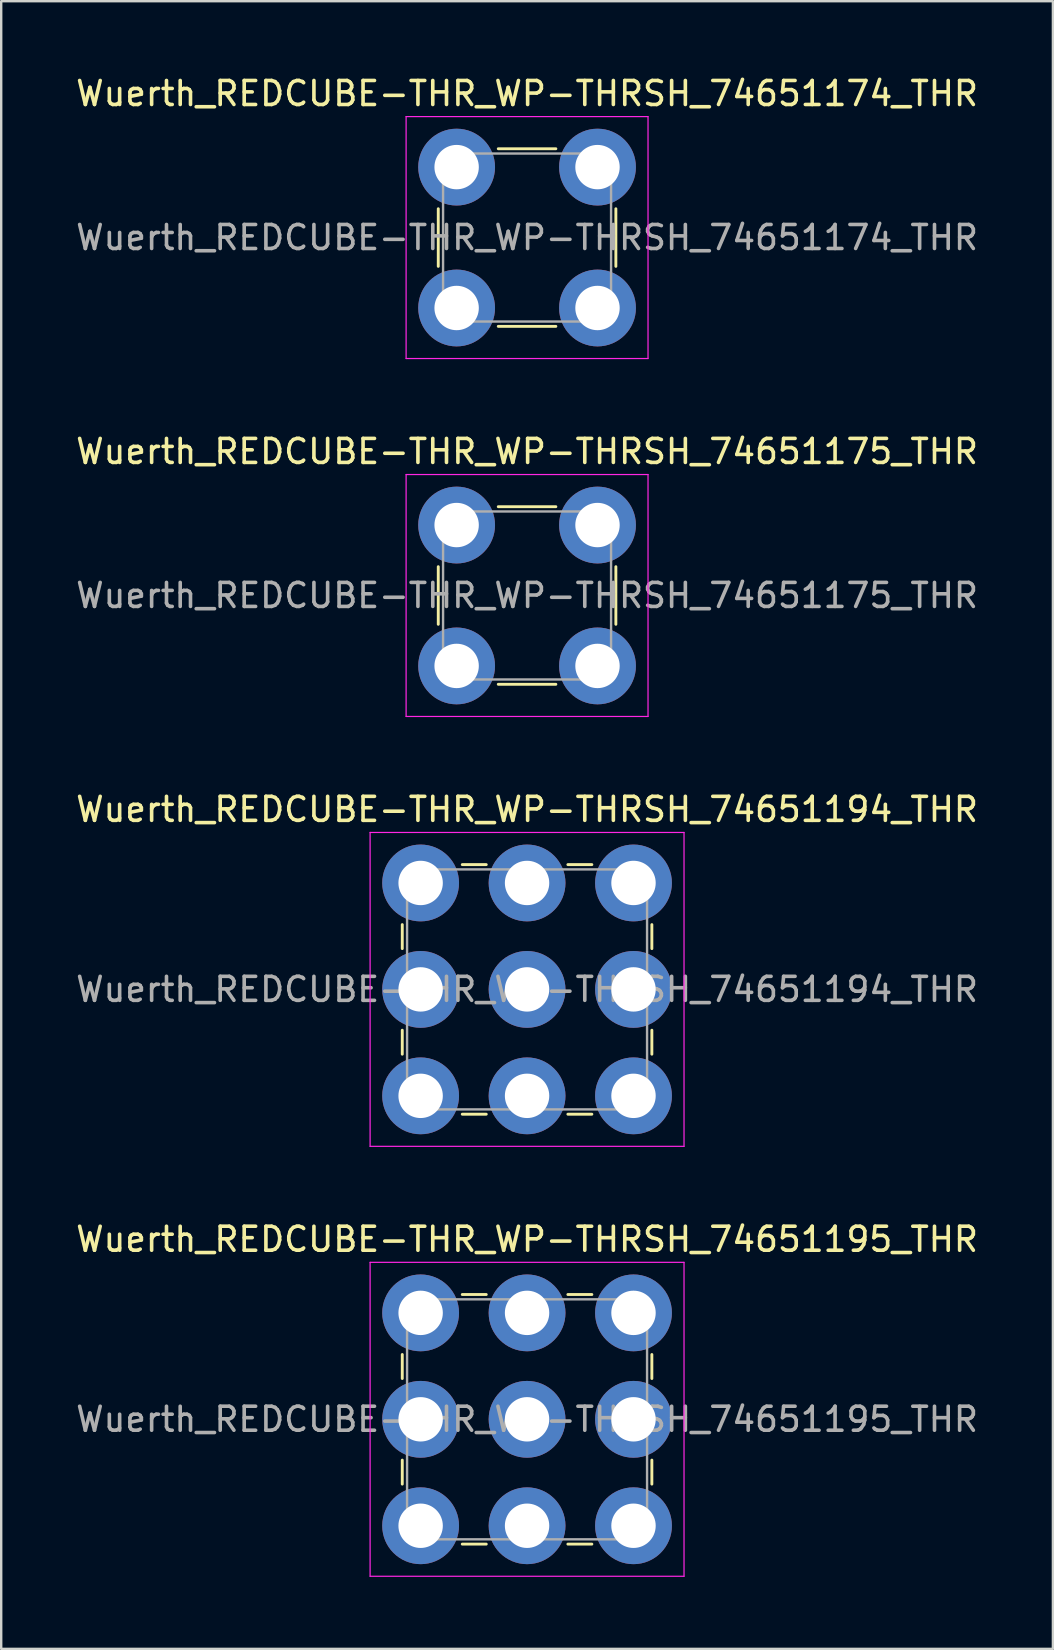
<source format=kicad_pcb>
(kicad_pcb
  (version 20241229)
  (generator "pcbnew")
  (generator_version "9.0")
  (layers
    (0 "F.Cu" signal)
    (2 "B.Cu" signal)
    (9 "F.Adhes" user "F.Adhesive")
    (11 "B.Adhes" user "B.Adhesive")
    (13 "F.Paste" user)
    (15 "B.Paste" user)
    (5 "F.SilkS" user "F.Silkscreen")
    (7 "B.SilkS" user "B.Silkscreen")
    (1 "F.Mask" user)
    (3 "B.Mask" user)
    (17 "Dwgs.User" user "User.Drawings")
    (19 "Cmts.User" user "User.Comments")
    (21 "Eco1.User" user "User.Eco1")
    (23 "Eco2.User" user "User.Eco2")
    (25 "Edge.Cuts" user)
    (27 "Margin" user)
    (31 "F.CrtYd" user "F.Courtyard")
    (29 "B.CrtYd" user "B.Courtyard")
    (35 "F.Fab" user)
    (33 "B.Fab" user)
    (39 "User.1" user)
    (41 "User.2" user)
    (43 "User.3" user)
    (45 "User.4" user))
  (footprint "Wuerth_REDCUBE-THR_WP-THRSH_74651175_THR"
    (layer "F.Cu")
    (at 18.911 21.762)
    (property "Reference" "Wuerth_REDCUBE-THR_WP-THRSH_74651175_THR" (at 0 -6 0) (layer "F.SilkS") (effects (font (size 1 1) (thickness 0.15))))
    (attr smd)
    (fp_line (start -3.7 1.2) (end -3.7 -1.2) (stroke (width 0.12) (type solid)) (layer "F.SilkS"))
    (fp_line (start -1.2 -3.7) (end 1.2 -3.7) (stroke (width 0.12) (type solid)) (layer "F.SilkS"))
    (fp_line (start 1.2 3.7) (end -1.2 3.7) (stroke (width 0.12) (type solid)) (layer "F.SilkS"))
    (fp_line (start 3.7 -1.2) (end 3.7 1.2) (stroke (width 0.12) (type solid)) (layer "F.SilkS"))
    (fp_line (start -5.04 -5.04) (end 5.04 -5.04) (stroke (width 0.05) (type solid)) (layer "F.CrtYd"))
    (fp_line (start -5.04 5.04) (end -5.04 -5.04) (stroke (width 0.05) (type solid)) (layer "F.CrtYd"))
    (fp_line (start 5.04 -5.04) (end 5.04 5.04) (stroke (width 0.05) (type solid)) (layer "F.CrtYd"))
    (fp_line (start 5.04 5.04) (end -5.04 5.04) (stroke (width 0.05) (type solid)) (layer "F.CrtYd"))
    (fp_line (start -3.5 -3.5) (end 3.5 -3.5) (stroke (width 0.1) (type solid)) (layer "F.Fab"))
    (fp_line (start -3.5 3.5) (end -3.5 -3.5) (stroke (width 0.1) (type solid)) (layer "F.Fab"))
    (fp_line (start 3.5 -3.5) (end 3.5 3.5) (stroke (width 0.1) (type solid)) (layer "F.Fab"))
    (fp_line (start 3.5 3.5) (end -3.5 3.5) (stroke (width 0.1) (type solid)) (layer "F.Fab"))
    (fp_text user "${REFERENCE}" (at 0 0 0) (layer "F.Fab") (effects (font (size 1 1) (thickness 0.15))))
    (pad "" smd circle (at -2.935 -2.935) (size 3.1 3.1) (layers "F.Paste"))
    (pad "" smd circle (at -2.935 2.935) (size 3.1 3.1) (layers "F.Paste"))
    (pad "" smd circle (at 2.935 -2.935) (size 3.1 3.1) (layers "F.Paste"))
    (pad "" smd circle (at 2.935 2.935) (size 3.1 3.1) (layers "F.Paste"))
    (pad "1" thru_hole circle (at -2.935 -2.935) (size 3.2 3.2) (drill 1.85) (layers "*.Cu" "*.Mask"))
    (pad "1" thru_hole circle (at -2.935 2.935) (size 3.2 3.2) (drill 1.85) (layers "*.Cu" "*.Mask"))
    (pad "1" thru_hole circle (at 2.935 -2.935) (size 3.2 3.2) (drill 1.85) (layers "*.Cu" "*.Mask"))
    (pad "1" thru_hole circle (at 2.935 2.935) (size 3.2 3.2) (drill 1.85) (layers "*.Cu" "*.Mask")))
  (footprint "Wuerth_REDCUBE-THR_WP-THRSH_74651194_THR"
    (layer "F.Cu")
    (at 18.911 38.175)
    (property "Reference" "Wuerth_REDCUBE-THR_WP-THRSH_74651194_THR" (at 0 -7.5 0) (layer "F.SilkS") (effects (font (size 1 1) (thickness 0.15))))
    (attr smd)
    (fp_line (start -5.2 -2.7) (end -5.2 -1.7) (stroke (width 0.12) (type solid)) (layer "F.SilkS"))
    (fp_line (start -5.2 1.7) (end -5.2 2.7) (stroke (width 0.12) (type solid)) (layer "F.SilkS"))
    (fp_line (start -2.7 -5.2) (end -1.7 -5.2) (stroke (width 0.12) (type solid)) (layer "F.SilkS"))
    (fp_line (start -2.7 5.2) (end -1.7 5.2) (stroke (width 0.12) (type solid)) (layer "F.SilkS"))
    (fp_line (start 1.7 -5.2) (end 2.7 -5.2) (stroke (width 0.12) (type solid)) (layer "F.SilkS"))
    (fp_line (start 1.7 5.2) (end 2.7 5.2) (stroke (width 0.12) (type solid)) (layer "F.SilkS"))
    (fp_line (start 5.2 -1.7) (end 5.2 -2.7) (stroke (width 0.12) (type solid)) (layer "F.SilkS"))
    (fp_line (start 5.2 2.7) (end 5.2 1.7) (stroke (width 0.12) (type solid)) (layer "F.SilkS"))
    (fp_line (start -6.54 -6.54) (end 6.54 -6.54) (stroke (width 0.05) (type solid)) (layer "F.CrtYd"))
    (fp_line (start -6.54 6.54) (end -6.54 -6.54) (stroke (width 0.05) (type solid)) (layer "F.CrtYd"))
    (fp_line (start 6.54 -6.54) (end 6.54 6.54) (stroke (width 0.05) (type solid)) (layer "F.CrtYd"))
    (fp_line (start 6.54 6.54) (end -6.54 6.54) (stroke (width 0.05) (type solid)) (layer "F.CrtYd"))
    (fp_line (start -5 -5) (end 5 -5) (stroke (width 0.1) (type solid)) (layer "F.Fab"))
    (fp_line (start -5 5) (end -5 -5) (stroke (width 0.1) (type solid)) (layer "F.Fab"))
    (fp_line (start 5 -5) (end 5 5) (stroke (width 0.1) (type solid)) (layer "F.Fab"))
    (fp_line (start 5 5) (end -5 5) (stroke (width 0.1) (type solid)) (layer "F.Fab"))
    (fp_text user "${REFERENCE}" (at 0 0 0) (layer "F.Fab") (effects (font (size 1 1) (thickness 0.15))))
    (pad "" smd circle (at -4.435 -4.435) (size 3.1 3.1) (layers "F.Paste"))
    (pad "" smd circle (at -4.435 0) (size 3.1 3.1) (layers "F.Paste"))
    (pad "" smd circle (at -4.435 4.435) (size 3.1 3.1) (layers "F.Paste"))
    (pad "" smd circle (at 0 -4.435) (size 3.1 3.1) (layers "F.Paste"))
    (pad "" smd circle (at 0 0) (size 3.1 3.1) (layers "F.Paste"))
    (pad "" smd circle (at 0 4.435) (size 3.1 3.1) (layers "F.Paste"))
    (pad "" smd circle (at 4.435 -4.435) (size 3.1 3.1) (layers "F.Paste"))
    (pad "" smd circle (at 4.435 0) (size 3.1 3.1) (layers "F.Paste"))
    (pad "" smd circle (at 4.435 4.435) (size 3.1 3.1) (layers "F.Paste"))
    (pad "1" thru_hole circle (at -4.435 -4.435) (size 3.2 3.2) (drill 1.85) (layers "*.Cu" "*.Mask"))
    (pad "1" thru_hole circle (at -4.435 0) (size 3.2 3.2) (drill 1.85) (layers "*.Cu" "*.Mask"))
    (pad "1" thru_hole circle (at -4.435 4.435) (size 3.2 3.2) (drill 1.85) (layers "*.Cu" "*.Mask"))
    (pad "1" thru_hole circle (at 0 -4.435) (size 3.2 3.2) (drill 1.85) (layers "*.Cu" "*.Mask"))
    (pad "1" thru_hole circle (at 0 0) (size 3.2 3.2) (drill 1.85) (layers "*.Cu" "*.Mask"))
    (pad "1" thru_hole circle (at 0 4.435) (size 3.2 3.2) (drill 1.85) (layers "*.Cu" "*.Mask"))
    (pad "1" thru_hole circle (at 4.435 -4.435) (size 3.2 3.2) (drill 1.85) (layers "*.Cu" "*.Mask"))
    (pad "1" thru_hole circle (at 4.435 0) (size 3.2 3.2) (drill 1.85) (layers "*.Cu" "*.Mask"))
    (pad "1" thru_hole circle (at 4.435 4.435) (size 3.2 3.2) (drill 1.85) (layers "*.Cu" "*.Mask")))
  (footprint "Wuerth_REDCUBE-THR_WP-THRSH_74651174_THR"
    (layer "F.Cu")
    (at 18.911 6.848)
    (property "Reference" "Wuerth_REDCUBE-THR_WP-THRSH_74651174_THR" (at 0 -6 0) (layer "F.SilkS") (effects (font (size 1 1) (thickness 0.15))))
    (attr smd)
    (fp_line (start -3.7 1.2) (end -3.7 -1.2) (stroke (width 0.12) (type solid)) (layer "F.SilkS"))
    (fp_line (start -1.2 -3.7) (end 1.2 -3.7) (stroke (width 0.12) (type solid)) (layer "F.SilkS"))
    (fp_line (start 1.2 3.7) (end -1.2 3.7) (stroke (width 0.12) (type solid)) (layer "F.SilkS"))
    (fp_line (start 3.7 -1.2) (end 3.7 1.2) (stroke (width 0.12) (type solid)) (layer "F.SilkS"))
    (fp_line (start -5.04 -5.04) (end 5.04 -5.04) (stroke (width 0.05) (type solid)) (layer "F.CrtYd"))
    (fp_line (start -5.04 5.04) (end -5.04 -5.04) (stroke (width 0.05) (type solid)) (layer "F.CrtYd"))
    (fp_line (start 5.04 -5.04) (end 5.04 5.04) (stroke (width 0.05) (type solid)) (layer "F.CrtYd"))
    (fp_line (start 5.04 5.04) (end -5.04 5.04) (stroke (width 0.05) (type solid)) (layer "F.CrtYd"))
    (fp_line (start -3.5 -3.5) (end 3.5 -3.5) (stroke (width 0.1) (type solid)) (layer "F.Fab"))
    (fp_line (start -3.5 3.5) (end -3.5 -3.5) (stroke (width 0.1) (type solid)) (layer "F.Fab"))
    (fp_line (start 3.5 -3.5) (end 3.5 3.5) (stroke (width 0.1) (type solid)) (layer "F.Fab"))
    (fp_line (start 3.5 3.5) (end -3.5 3.5) (stroke (width 0.1) (type solid)) (layer "F.Fab"))
    (fp_text user "${REFERENCE}" (at 0 0 0) (layer "F.Fab") (effects (font (size 1 1) (thickness 0.15))))
    (pad "" smd circle (at -2.935 -2.935) (size 3.1 3.1) (layers "F.Paste"))
    (pad "" smd circle (at -2.935 2.935) (size 3.1 3.1) (layers "F.Paste"))
    (pad "" smd circle (at 2.935 -2.935) (size 3.1 3.1) (layers "F.Paste"))
    (pad "" smd circle (at 2.935 2.935) (size 3.1 3.1) (layers "F.Paste"))
    (pad "1" thru_hole circle (at -2.935 -2.935) (size 3.2 3.2) (drill 1.85) (layers "*.Cu" "*.Mask"))
    (pad "1" thru_hole circle (at -2.935 2.935) (size 3.2 3.2) (drill 1.85) (layers "*.Cu" "*.Mask"))
    (pad "1" thru_hole circle (at 2.935 -2.935) (size 3.2 3.2) (drill 1.85) (layers "*.Cu" "*.Mask"))
    (pad "1" thru_hole circle (at 2.935 2.935) (size 3.2 3.2) (drill 1.85) (layers "*.Cu" "*.Mask")))
  (footprint "Wuerth_REDCUBE-THR_WP-THRSH_74651195_THR"
    (layer "F.Cu")
    (at 18.911 56.088)
    (property "Reference" "Wuerth_REDCUBE-THR_WP-THRSH_74651195_THR" (at 0 -7.5 0) (layer "F.SilkS") (effects (font (size 1 1) (thickness 0.15))))
    (attr through_hole)
    (fp_line (start -5.2 -2.7) (end -5.2 -1.7) (stroke (width 0.12) (type solid)) (layer "F.SilkS"))
    (fp_line (start -5.2 1.7) (end -5.2 2.7) (stroke (width 0.12) (type solid)) (layer "F.SilkS"))
    (fp_line (start -2.7 -5.2) (end -1.7 -5.2) (stroke (width 0.12) (type solid)) (layer "F.SilkS"))
    (fp_line (start -2.7 5.2) (end -1.7 5.2) (stroke (width 0.12) (type solid)) (layer "F.SilkS"))
    (fp_line (start 1.7 -5.2) (end 2.7 -5.2) (stroke (width 0.12) (type solid)) (layer "F.SilkS"))
    (fp_line (start 1.7 5.2) (end 2.7 5.2) (stroke (width 0.12) (type solid)) (layer "F.SilkS"))
    (fp_line (start 5.2 -1.7) (end 5.2 -2.7) (stroke (width 0.12) (type solid)) (layer "F.SilkS"))
    (fp_line (start 5.2 2.7) (end 5.2 1.7) (stroke (width 0.12) (type solid)) (layer "F.SilkS"))
    (fp_line (start -6.54 -6.54) (end 6.54 -6.54) (stroke (width 0.05) (type solid)) (layer "F.CrtYd"))
    (fp_line (start -6.54 6.54) (end -6.54 -6.54) (stroke (width 0.05) (type solid)) (layer "F.CrtYd"))
    (fp_line (start 6.54 -6.54) (end 6.54 6.54) (stroke (width 0.05) (type solid)) (layer "F.CrtYd"))
    (fp_line (start 6.54 6.54) (end -6.54 6.54) (stroke (width 0.05) (type solid)) (layer "F.CrtYd"))
    (fp_line (start -5 -5) (end 5 -5) (stroke (width 0.1) (type solid)) (layer "F.Fab"))
    (fp_line (start -5 5) (end -5 -5) (stroke (width 0.1) (type solid)) (layer "F.Fab"))
    (fp_line (start 5 -5) (end 5 5) (stroke (width 0.1) (type solid)) (layer "F.Fab"))
    (fp_line (start 5 5) (end -5 5) (stroke (width 0.1) (type solid)) (layer "F.Fab"))
    (fp_text user "${REFERENCE}" (at 0 0 0) (layer "F.Fab") (effects (font (size 1 1) (thickness 0.15))))
    (pad "" smd circle (at -4.435 -4.435) (size 3.1 3.1) (layers "F.Paste"))
    (pad "" smd circle (at -4.435 0) (size 3.1 3.1) (layers "F.Paste"))
    (pad "" smd circle (at -4.435 4.435) (size 3.1 3.1) (layers "F.Paste"))
    (pad "" smd circle (at 0 -4.435) (size 3.1 3.1) (layers "F.Paste"))
    (pad "" smd circle (at 0 0) (size 3.1 3.1) (layers "F.Paste"))
    (pad "" smd circle (at 0 4.435) (size 3.1 3.1) (layers "F.Paste"))
    (pad "" smd circle (at 4.435 -4.435) (size 3.1 3.1) (layers "F.Paste"))
    (pad "" smd circle (at 4.435 0) (size 3.1 3.1) (layers "F.Paste"))
    (pad "" smd circle (at 4.435 4.435) (size 3.1 3.1) (layers "F.Paste"))
    (pad "1" thru_hole circle (at -4.435 -4.435) (size 3.2 3.2) (drill 1.85) (layers "*.Cu" "*.Mask"))
    (pad "1" thru_hole circle (at -4.435 0) (size 3.2 3.2) (drill 1.85) (layers "*.Cu" "*.Mask"))
    (pad "1" thru_hole circle (at -4.435 4.435) (size 3.2 3.2) (drill 1.85) (layers "*.Cu" "*.Mask"))
    (pad "1" thru_hole circle (at 0 -4.435) (size 3.2 3.2) (drill 1.85) (layers "*.Cu" "*.Mask"))
    (pad "1" thru_hole circle (at 0 0) (size 3.2 3.2) (drill 1.85) (layers "*.Cu" "*.Mask"))
    (pad "1" thru_hole circle (at 0 4.435) (size 3.2 3.2) (drill 1.85) (layers "*.Cu" "*.Mask"))
    (pad "1" thru_hole circle (at 4.435 -4.435) (size 3.2 3.2) (drill 1.85) (layers "*.Cu" "*.Mask"))
    (pad "1" thru_hole circle (at 4.435 0) (size 3.2 3.2) (drill 1.85) (layers "*.Cu" "*.Mask"))
    (pad "1" thru_hole circle (at 4.435 4.435) (size 3.2 3.2) (drill 1.85) (layers "*.Cu" "*.Mask")))
  (gr_rect
    (start -3 -3)
    (end 40.821 65.653)
    (stroke (width 0.1) (type default))
    (fill no)
    (layer "Edge.Cuts")))
</source>
